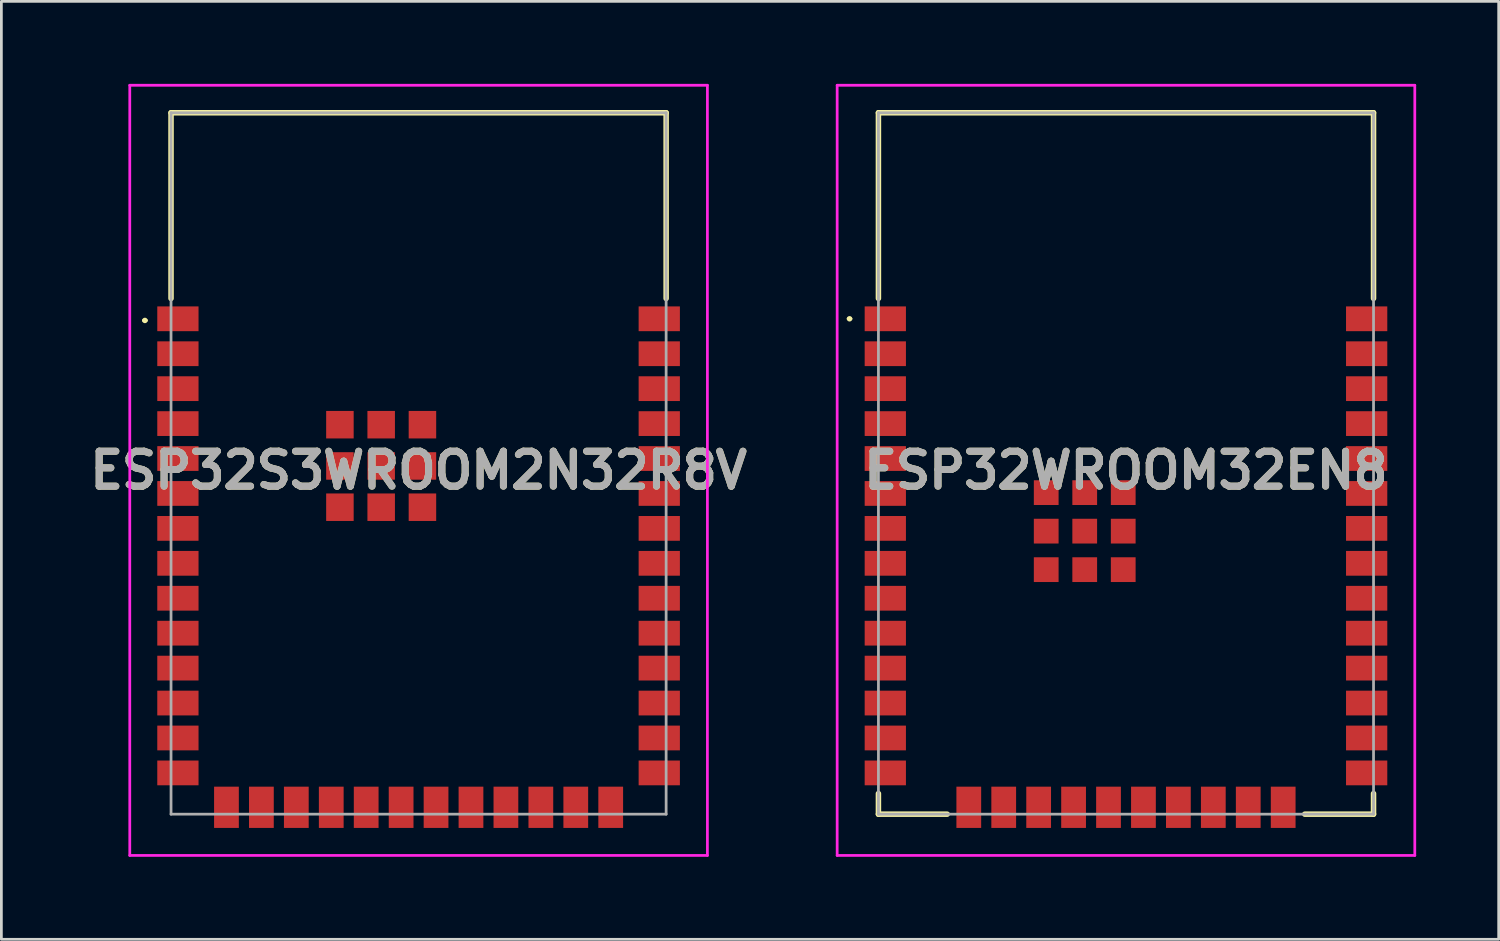
<source format=kicad_pcb>
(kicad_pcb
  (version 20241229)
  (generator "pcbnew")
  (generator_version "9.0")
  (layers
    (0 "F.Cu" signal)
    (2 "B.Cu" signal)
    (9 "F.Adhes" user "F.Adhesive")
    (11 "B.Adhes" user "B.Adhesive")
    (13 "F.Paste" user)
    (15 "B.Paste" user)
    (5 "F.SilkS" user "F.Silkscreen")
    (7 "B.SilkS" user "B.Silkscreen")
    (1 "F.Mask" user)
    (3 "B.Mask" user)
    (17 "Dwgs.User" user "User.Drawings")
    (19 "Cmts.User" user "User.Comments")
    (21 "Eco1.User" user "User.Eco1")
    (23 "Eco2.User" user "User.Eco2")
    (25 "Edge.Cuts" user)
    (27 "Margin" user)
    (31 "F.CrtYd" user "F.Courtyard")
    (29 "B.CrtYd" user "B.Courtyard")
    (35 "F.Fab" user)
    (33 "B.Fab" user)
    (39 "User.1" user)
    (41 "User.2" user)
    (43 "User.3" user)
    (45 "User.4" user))
  (footprint "ESP32WROOM32EN8"
    (layer "F.Cu")
    (at 37.886 13.8)
    (property "Reference" "ESP32WROOM32EN8" (at 0 0.25 0) (layer "F.SilkS") (effects (font (size 1.27 1.27) (thickness 0.254))))
    (attr smd)
    (fp_line (start -10.1 -5.26) (end -10.1 -5.26) (stroke (width 0.1) (type solid)) (layer "F.SilkS"))
    (fp_line (start -10 -5.26) (end -10 -5.26) (stroke (width 0.1) (type solid)) (layer "F.SilkS"))
    (fp_line (start -9 -12.75) (end 9 -12.75) (stroke (width 0.2) (type solid)) (layer "F.SilkS"))
    (fp_line (start -9 -6) (end -9 -12.75) (stroke (width 0.2) (type solid)) (layer "F.SilkS"))
    (fp_line (start -9 12.75) (end -9 12) (stroke (width 0.2) (type solid)) (layer "F.SilkS"))
    (fp_line (start -6.5 12.75) (end -9 12.75) (stroke (width 0.2) (type solid)) (layer "F.SilkS"))
    (fp_line (start 9 -12.75) (end 9 -6) (stroke (width 0.2) (type solid)) (layer "F.SilkS"))
    (fp_line (start 9 12) (end 9 12.75) (stroke (width 0.2) (type solid)) (layer "F.SilkS"))
    (fp_line (start 9 12.75) (end 6.5 12.75) (stroke (width 0.2) (type solid)) (layer "F.SilkS"))
    (fp_arc (start -10.1 -5.26) (mid -10.05 -5.31) (end -10 -5.26) (stroke (width 0.1) (type solid)) (layer "F.SilkS"))
    (fp_arc (start -10 -5.26) (mid -10.05 -5.21) (end -10.1 -5.26) (stroke (width 0.1) (type solid)) (layer "F.SilkS"))
    (fp_line (start -10.5 -13.75) (end 10.5 -13.75) (stroke (width 0.1) (type solid)) (layer "F.CrtYd"))
    (fp_line (start -10.5 14.25) (end -10.5 -13.75) (stroke (width 0.1) (type solid)) (layer "F.CrtYd"))
    (fp_line (start 10.5 -13.75) (end 10.5 14.25) (stroke (width 0.1) (type solid)) (layer "F.CrtYd"))
    (fp_line (start 10.5 14.25) (end -10.5 14.25) (stroke (width 0.1) (type solid)) (layer "F.CrtYd"))
    (fp_line (start -9 -12.75) (end -9 12.75) (stroke (width 0.1) (type solid)) (layer "F.Fab"))
    (fp_line (start -9 12.75) (end 9 12.75) (stroke (width 0.1) (type solid)) (layer "F.Fab"))
    (fp_line (start 9 -12.75) (end -9 -12.75) (stroke (width 0.1) (type solid)) (layer "F.Fab"))
    (fp_line (start 9 12.75) (end 9 -12.75) (stroke (width 0.1) (type solid)) (layer "F.Fab"))
    (fp_text user "${REFERENCE}" (at 0 0.25 0) (layer "F.Fab") (effects (font (size 1.27 1.27) (thickness 0.254))))
    (pad "1" smd rect (at -8.75 -5.26 90) (size 0.9 1.5) (layers "F.Cu" "F.Mask" "F.Paste"))
    (pad "2" smd rect (at -8.75 -3.99 90) (size 0.9 1.5) (layers "F.Cu" "F.Mask" "F.Paste"))
    (pad "3" smd rect (at -8.75 -2.72 90) (size 0.9 1.5) (layers "F.Cu" "F.Mask" "F.Paste"))
    (pad "4" smd rect (at -8.75 -1.45 90) (size 0.9 1.5) (layers "F.Cu" "F.Mask" "F.Paste"))
    (pad "5" smd rect (at -8.75 -0.18 90) (size 0.9 1.5) (layers "F.Cu" "F.Mask" "F.Paste"))
    (pad "6" smd rect (at -8.75 1.09 90) (size 0.9 1.5) (layers "F.Cu" "F.Mask" "F.Paste"))
    (pad "7" smd rect (at -8.75 2.36 90) (size 0.9 1.5) (layers "F.Cu" "F.Mask" "F.Paste"))
    (pad "8" smd rect (at -8.75 3.63 90) (size 0.9 1.5) (layers "F.Cu" "F.Mask" "F.Paste"))
    (pad "9" smd rect (at -8.75 4.9 90) (size 0.9 1.5) (layers "F.Cu" "F.Mask" "F.Paste"))
    (pad "10" smd rect (at -8.75 6.17 90) (size 0.9 1.5) (layers "F.Cu" "F.Mask" "F.Paste"))
    (pad "11" smd rect (at -8.75 7.44 90) (size 0.9 1.5) (layers "F.Cu" "F.Mask" "F.Paste"))
    (pad "12" smd rect (at -8.75 8.71 90) (size 0.9 1.5) (layers "F.Cu" "F.Mask" "F.Paste"))
    (pad "13" smd rect (at -8.75 9.98 90) (size 0.9 1.5) (layers "F.Cu" "F.Mask" "F.Paste"))
    (pad "14" smd rect (at -8.75 11.25 90) (size 0.9 1.5) (layers "F.Cu" "F.Mask" "F.Paste"))
    (pad "15" smd rect (at -5.715 12.5) (size 0.9 1.5) (layers "F.Cu" "F.Mask" "F.Paste"))
    (pad "16" smd rect (at -4.445 12.5) (size 0.9 1.5) (layers "F.Cu" "F.Mask" "F.Paste"))
    (pad "17" smd rect (at -3.175 12.5) (size 0.9 1.5) (layers "F.Cu" "F.Mask" "F.Paste"))
    (pad "18" smd rect (at -1.905 12.5) (size 0.9 1.5) (layers "F.Cu" "F.Mask" "F.Paste"))
    (pad "19" smd rect (at -0.635 12.5) (size 0.9 1.5) (layers "F.Cu" "F.Mask" "F.Paste"))
    (pad "20" smd rect (at 0.635 12.5) (size 0.9 1.5) (layers "F.Cu" "F.Mask" "F.Paste"))
    (pad "21" smd rect (at 1.905 12.5) (size 0.9 1.5) (layers "F.Cu" "F.Mask" "F.Paste"))
    (pad "22" smd rect (at 3.175 12.5) (size 0.9 1.5) (layers "F.Cu" "F.Mask" "F.Paste"))
    (pad "23" smd rect (at 4.445 12.5) (size 0.9 1.5) (layers "F.Cu" "F.Mask" "F.Paste"))
    (pad "24" smd rect (at 5.715 12.5) (size 0.9 1.5) (layers "F.Cu" "F.Mask" "F.Paste"))
    (pad "25" smd rect (at 8.75 11.25 90) (size 0.9 1.5) (layers "F.Cu" "F.Mask" "F.Paste"))
    (pad "26" smd rect (at 8.75 9.98 90) (size 0.9 1.5) (layers "F.Cu" "F.Mask" "F.Paste"))
    (pad "27" smd rect (at 8.75 8.71 90) (size 0.9 1.5) (layers "F.Cu" "F.Mask" "F.Paste"))
    (pad "28" smd rect (at 8.75 7.44 90) (size 0.9 1.5) (layers "F.Cu" "F.Mask" "F.Paste"))
    (pad "29" smd rect (at 8.75 6.17 90) (size 0.9 1.5) (layers "F.Cu" "F.Mask" "F.Paste"))
    (pad "30" smd rect (at 8.75 4.9 90) (size 0.9 1.5) (layers "F.Cu" "F.Mask" "F.Paste"))
    (pad "31" smd rect (at 8.75 3.63 90) (size 0.9 1.5) (layers "F.Cu" "F.Mask" "F.Paste"))
    (pad "32" smd rect (at 8.75 2.36 90) (size 0.9 1.5) (layers "F.Cu" "F.Mask" "F.Paste"))
    (pad "33" smd rect (at 8.75 1.09 90) (size 0.9 1.5) (layers "F.Cu" "F.Mask" "F.Paste"))
    (pad "34" smd rect (at 8.75 -0.18 90) (size 0.9 1.5) (layers "F.Cu" "F.Mask" "F.Paste"))
    (pad "35" smd rect (at 8.75 -1.45 90) (size 0.9 1.5) (layers "F.Cu" "F.Mask" "F.Paste"))
    (pad "36" smd rect (at 8.75 -2.72 90) (size 0.9 1.5) (layers "F.Cu" "F.Mask" "F.Paste"))
    (pad "37" smd rect (at 8.75 -3.99 90) (size 0.9 1.5) (layers "F.Cu" "F.Mask" "F.Paste"))
    (pad "38" smd rect (at 8.75 -5.26 90) (size 0.9 1.5) (layers "F.Cu" "F.Mask" "F.Paste"))
    (pad "39" smd rect (at -2.9 1.06 90) (size 0.9 0.9) (layers "F.Cu" "F.Mask" "F.Paste"))
    (pad "40" smd rect (at -2.9 2.46 90) (size 0.9 0.9) (layers "F.Cu" "F.Mask" "F.Paste"))
    (pad "41" smd rect (at -2.9 3.86 90) (size 0.9 0.9) (layers "F.Cu" "F.Mask" "F.Paste"))
    (pad "42" smd rect (at -1.5 3.86 90) (size 0.9 0.9) (layers "F.Cu" "F.Mask" "F.Paste"))
    (pad "43" smd rect (at -0.1 3.86 90) (size 0.9 0.9) (layers "F.Cu" "F.Mask" "F.Paste"))
    (pad "44" smd rect (at -0.1 2.46 90) (size 0.9 0.9) (layers "F.Cu" "F.Mask" "F.Paste"))
    (pad "45" smd rect (at -0.1 1.06 90) (size 0.9 0.9) (layers "F.Cu" "F.Mask" "F.Paste"))
    (pad "46" smd rect (at -1.5 1.06 90) (size 0.9 0.9) (layers "F.Cu" "F.Mask" "F.Paste"))
    (pad "47" smd rect (at -1.5 2.46 90) (size 0.9 0.9) (layers "F.Cu" "F.Mask" "F.Paste")))
  (footprint "ESP32S3WROOM2N32R8V"
    (layer "F.Cu")
    (at 12.168 13.8)
    (property "Reference" "ESP32S3WROOM2N32R8V" (at 0 0.25 0) (layer "F.SilkS") (effects (font (size 1.27 1.27) (thickness 0.254))))
    (attr smd)
    (fp_line (start -10 -5.2) (end -10 -5.2) (stroke (width 0.1) (type solid)) (layer "F.SilkS"))
    (fp_line (start -9.9 -5.2) (end -9.9 -5.2) (stroke (width 0.1) (type solid)) (layer "F.SilkS"))
    (fp_line (start -9 -12.75) (end 9 -12.75) (stroke (width 0.2) (type solid)) (layer "F.SilkS"))
    (fp_line (start -9 -6) (end -9 -12.75) (stroke (width 0.2) (type solid)) (layer "F.SilkS"))
    (fp_line (start 9 -12.75) (end 9 -6) (stroke (width 0.2) (type solid)) (layer "F.SilkS"))
    (fp_arc (start -10 -5.2) (mid -9.95 -5.25) (end -9.9 -5.2) (stroke (width 0.1) (type solid)) (layer "F.SilkS"))
    (fp_arc (start -9.9 -5.2) (mid -9.95 -5.15) (end -10 -5.2) (stroke (width 0.1) (type solid)) (layer "F.SilkS"))
    (fp_line (start -10.5 -13.75) (end 10.5 -13.75) (stroke (width 0.1) (type solid)) (layer "F.CrtYd"))
    (fp_line (start -10.5 14.25) (end -10.5 -13.75) (stroke (width 0.1) (type solid)) (layer "F.CrtYd"))
    (fp_line (start 10.5 -13.75) (end 10.5 14.25) (stroke (width 0.1) (type solid)) (layer "F.CrtYd"))
    (fp_line (start 10.5 14.25) (end -10.5 14.25) (stroke (width 0.1) (type solid)) (layer "F.CrtYd"))
    (fp_line (start -9 -12.75) (end 9 -12.75) (stroke (width 0.1) (type solid)) (layer "F.Fab"))
    (fp_line (start -9 12.75) (end -9 -12.75) (stroke (width 0.1) (type solid)) (layer "F.Fab"))
    (fp_line (start 9 -12.75) (end 9 12.75) (stroke (width 0.1) (type solid)) (layer "F.Fab"))
    (fp_line (start 9 12.75) (end -9 12.75) (stroke (width 0.1) (type solid)) (layer "F.Fab"))
    (fp_text user "${REFERENCE}" (at 0 0.25 0) (layer "F.Fab") (effects (font (size 1.27 1.27) (thickness 0.254))))
    (pad "1" smd rect (at -8.75 -5.26 90) (size 0.9 1.5) (layers "F.Cu" "F.Mask" "F.Paste"))
    (pad "2" smd rect (at -8.75 -3.99 90) (size 0.9 1.5) (layers "F.Cu" "F.Mask" "F.Paste"))
    (pad "3" smd rect (at -8.75 -2.72 90) (size 0.9 1.5) (layers "F.Cu" "F.Mask" "F.Paste"))
    (pad "4" smd rect (at -8.75 -1.45 90) (size 0.9 1.5) (layers "F.Cu" "F.Mask" "F.Paste"))
    (pad "5" smd rect (at -8.75 -0.18 90) (size 0.9 1.5) (layers "F.Cu" "F.Mask" "F.Paste"))
    (pad "6" smd rect (at -8.75 1.09 90) (size 0.9 1.5) (layers "F.Cu" "F.Mask" "F.Paste"))
    (pad "7" smd rect (at -8.75 2.36 90) (size 0.9 1.5) (layers "F.Cu" "F.Mask" "F.Paste"))
    (pad "8" smd rect (at -8.75 3.63 90) (size 0.9 1.5) (layers "F.Cu" "F.Mask" "F.Paste"))
    (pad "9" smd rect (at -8.75 4.9 90) (size 0.9 1.5) (layers "F.Cu" "F.Mask" "F.Paste"))
    (pad "10" smd rect (at -8.75 6.17 90) (size 0.9 1.5) (layers "F.Cu" "F.Mask" "F.Paste"))
    (pad "11" smd rect (at -8.75 7.44 90) (size 0.9 1.5) (layers "F.Cu" "F.Mask" "F.Paste"))
    (pad "12" smd rect (at -8.75 8.71 90) (size 0.9 1.5) (layers "F.Cu" "F.Mask" "F.Paste"))
    (pad "13" smd rect (at -8.75 9.98 90) (size 0.9 1.5) (layers "F.Cu" "F.Mask" "F.Paste"))
    (pad "14" smd rect (at -8.75 11.25 90) (size 0.9 1.5) (layers "F.Cu" "F.Mask" "F.Paste"))
    (pad "15" smd rect (at -6.985 12.5) (size 0.9 1.5) (layers "F.Cu" "F.Mask" "F.Paste"))
    (pad "16" smd rect (at -5.715 12.5) (size 0.9 1.5) (layers "F.Cu" "F.Mask" "F.Paste"))
    (pad "17" smd rect (at -4.445 12.5) (size 0.9 1.5) (layers "F.Cu" "F.Mask" "F.Paste"))
    (pad "18" smd rect (at -3.175 12.5) (size 0.9 1.5) (layers "F.Cu" "F.Mask" "F.Paste"))
    (pad "19" smd rect (at -1.905 12.5) (size 0.9 1.5) (layers "F.Cu" "F.Mask" "F.Paste"))
    (pad "20" smd rect (at -0.635 12.5) (size 0.9 1.5) (layers "F.Cu" "F.Mask" "F.Paste"))
    (pad "21" smd rect (at 0.635 12.5) (size 0.9 1.5) (layers "F.Cu" "F.Mask" "F.Paste"))
    (pad "22" smd rect (at 1.905 12.5) (size 0.9 1.5) (layers "F.Cu" "F.Mask" "F.Paste"))
    (pad "23" smd rect (at 3.175 12.5) (size 0.9 1.5) (layers "F.Cu" "F.Mask" "F.Paste"))
    (pad "24" smd rect (at 4.445 12.5) (size 0.9 1.5) (layers "F.Cu" "F.Mask" "F.Paste"))
    (pad "25" smd rect (at 5.715 12.5) (size 0.9 1.5) (layers "F.Cu" "F.Mask" "F.Paste"))
    (pad "26" smd rect (at 6.985 12.5) (size 0.9 1.5) (layers "F.Cu" "F.Mask" "F.Paste"))
    (pad "27" smd rect (at 8.75 11.25 90) (size 0.9 1.5) (layers "F.Cu" "F.Mask" "F.Paste"))
    (pad "28" smd rect (at 8.75 9.98 90) (size 0.9 1.5) (layers "F.Cu" "F.Mask" "F.Paste"))
    (pad "29" smd rect (at 8.75 8.71 90) (size 0.9 1.5) (layers "F.Cu" "F.Mask" "F.Paste"))
    (pad "30" smd rect (at 8.75 7.44 90) (size 0.9 1.5) (layers "F.Cu" "F.Mask" "F.Paste"))
    (pad "31" smd rect (at 8.75 6.17 90) (size 0.9 1.5) (layers "F.Cu" "F.Mask" "F.Paste"))
    (pad "32" smd rect (at 8.75 4.9 90) (size 0.9 1.5) (layers "F.Cu" "F.Mask" "F.Paste"))
    (pad "33" smd rect (at 8.75 3.63 90) (size 0.9 1.5) (layers "F.Cu" "F.Mask" "F.Paste"))
    (pad "34" smd rect (at 8.75 2.36 90) (size 0.9 1.5) (layers "F.Cu" "F.Mask" "F.Paste"))
    (pad "35" smd rect (at 8.75 1.09 90) (size 0.9 1.5) (layers "F.Cu" "F.Mask" "F.Paste"))
    (pad "36" smd rect (at 8.75 -0.18 90) (size 0.9 1.5) (layers "F.Cu" "F.Mask" "F.Paste"))
    (pad "37" smd rect (at 8.75 -1.45 90) (size 0.9 1.5) (layers "F.Cu" "F.Mask" "F.Paste"))
    (pad "38" smd rect (at 8.75 -2.72 90) (size 0.9 1.5) (layers "F.Cu" "F.Mask" "F.Paste"))
    (pad "39" smd rect (at 8.75 -3.99 90) (size 0.9 1.5) (layers "F.Cu" "F.Mask" "F.Paste"))
    (pad "40" smd rect (at 8.75 -5.26 90) (size 0.9 1.5) (layers "F.Cu" "F.Mask" "F.Paste"))
    (pad "41" smd rect (at -1.36 0.09 90) (size 1 1) (layers "F.Cu" "F.Mask" "F.Paste"))
    (pad "42" smd rect (at -1.36 -1.41 90) (size 1 1) (layers "F.Cu" "F.Mask" "F.Paste"))
    (pad "43" smd rect (at -2.86 -1.41 90) (size 1 1) (layers "F.Cu" "F.Mask" "F.Paste"))
    (pad "44" smd rect (at -2.86 0.09 90) (size 1 1) (layers "F.Cu" "F.Mask" "F.Paste"))
    (pad "45" smd rect (at -2.86 1.59 90) (size 1 1) (layers "F.Cu" "F.Mask" "F.Paste"))
    (pad "46" smd rect (at -1.36 1.59 90) (size 1 1) (layers "F.Cu" "F.Mask" "F.Paste"))
    (pad "47" smd rect (at 0.14 1.59 90) (size 1 1) (layers "F.Cu" "F.Mask" "F.Paste"))
    (pad "48" smd rect (at 0.14 0.09 90) (size 1 1) (layers "F.Cu" "F.Mask" "F.Paste"))
    (pad "49" smd rect (at 0.14 -1.41 90) (size 1 1) (layers "F.Cu" "F.Mask" "F.Paste")))
  (gr_rect
    (start -3 -3)
    (end 51.436 31.1)
    (stroke (width 0.1) (type default))
    (fill no)
    (layer "Edge.Cuts")))
</source>
